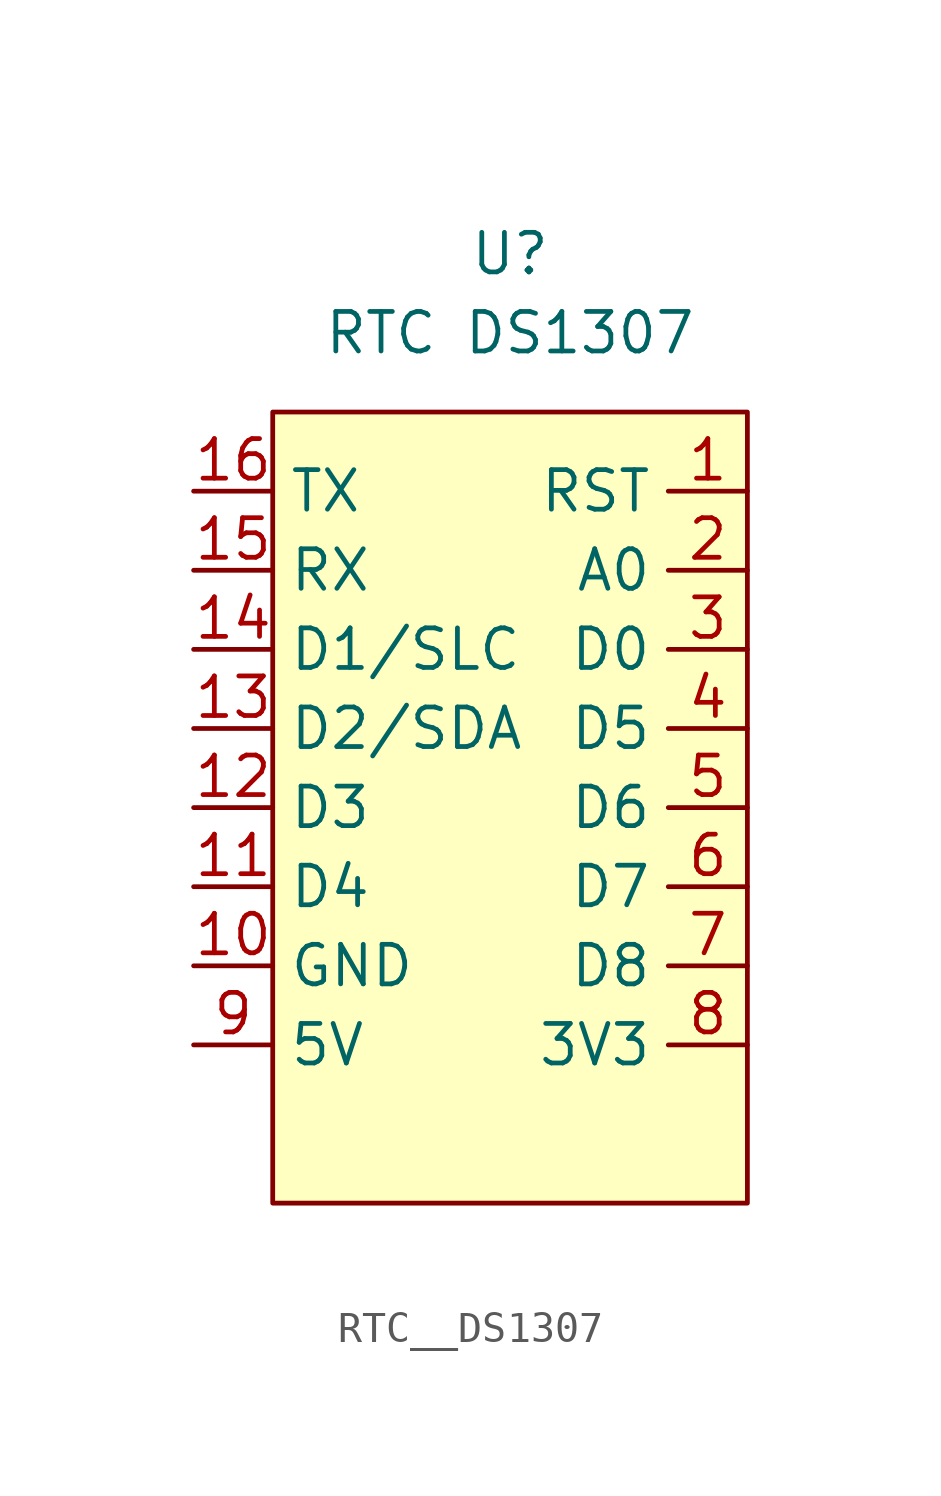
<source format=kicad_sym>
(kicad_symbol_lib
  (version 20220914)
  (generator kicad_symbol_editor)
  (symbol "RTC__DS1307"
    (property "Reference" "U"
      (at 0 5.08 0)
      (effects (font (size 1.27 1.27))))
    (property "Value" "RTC DS1307"
      (at 0 2.54 0)
      (effects (font (size 1.27 1.27))))
    (symbol "RTC__DS1307_1_1"
      (rectangle (start -7.62 0) (end 7.62 -25.4) (stroke (width 0) (type default)) (fill (type background)))
      (pin output line (at 7.62 -2.54 180) (length 2.54) (name "RST" (effects (font (size 1.27 1.27)))) (number "1" (effects (font (size 1.27 1.27)))))
      (pin input line (at -10.16 -17.78 0) (length 2.54) (name "GND" (effects (font (size 1.27 1.27)))) (number "10" (effects (font (size 1.27 1.27)))))
      (pin input line (at -10.16 -15.24 0) (length 2.54) (name "D4" (effects (font (size 1.27 1.27)))) (number "11" (effects (font (size 1.27 1.27)))))
      (pin input line (at -10.16 -12.7 0) (length 2.54) (name "D3" (effects (font (size 1.27 1.27)))) (number "12" (effects (font (size 1.27 1.27)))))
      (pin input line (at -10.16 -10.16 0) (length 2.54) (name "D2/SDA" (effects (font (size 1.27 1.27)))) (number "13" (effects (font (size 1.27 1.27)))))
      (pin input line (at -10.16 -7.62 0) (length 2.54) (name "D1/SLC" (effects (font (size 1.27 1.27)))) (number "14" (effects (font (size 1.27 1.27)))))
      (pin input line (at -10.16 -5.08 0) (length 2.54) (name "RX" (effects (font (size 1.27 1.27)))) (number "15" (effects (font (size 1.27 1.27)))))
      (pin input line (at -10.16 -2.54 0) (length 2.54) (name "TX" (effects (font (size 1.27 1.27)))) (number "16" (effects (font (size 1.27 1.27)))))
      (pin output line (at 7.62 -5.08 180) (length 2.54) (name "A0" (effects (font (size 1.27 1.27)))) (number "2" (effects (font (size 1.27 1.27)))))
      (pin output line (at 7.62 -7.62 180) (length 2.54) (name "D0" (effects (font (size 1.27 1.27)))) (number "3" (effects (font (size 1.27 1.27)))))
      (pin output line (at 7.62 -10.16 180) (length 2.54) (name "D5" (effects (font (size 1.27 1.27)))) (number "4" (effects (font (size 1.27 1.27)))))
      (pin output line (at 7.62 -12.7 180) (length 2.54) (name "D6" (effects (font (size 1.27 1.27)))) (number "5" (effects (font (size 1.27 1.27)))))
      (pin output line (at 7.62 -15.24 180) (length 2.54) (name "D7" (effects (font (size 1.27 1.27)))) (number "6" (effects (font (size 1.27 1.27)))))
      (pin output line (at 7.62 -17.78 180) (length 2.54) (name "D8" (effects (font (size 1.27 1.27)))) (number "7" (effects (font (size 1.27 1.27)))))
      (pin output line (at 7.62 -20.32 180) (length 2.54) (name "3V3" (effects (font (size 1.27 1.27)))) (number "8" (effects (font (size 1.27 1.27)))))
      (pin input line (at -10.16 -20.32 0) (length 2.54) (name "5V" (effects (font (size 1.27 1.27)))) (number "9" (effects (font (size 1.27 1.27))))))))
</source>
